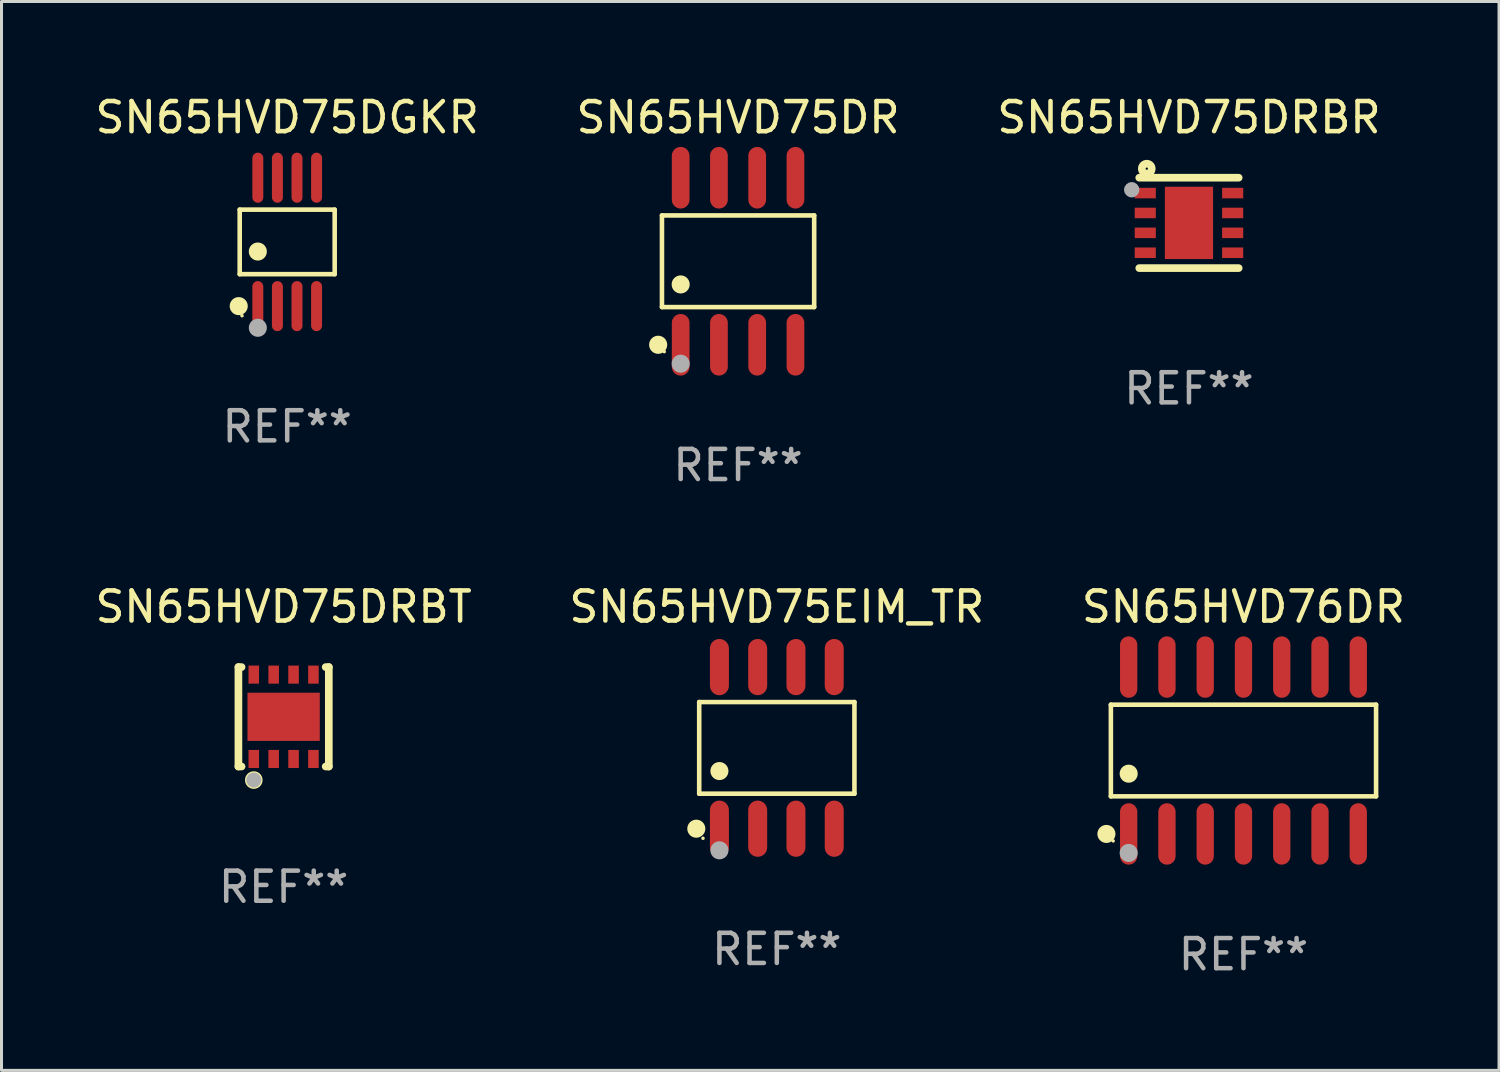
<source format=kicad_pcb>
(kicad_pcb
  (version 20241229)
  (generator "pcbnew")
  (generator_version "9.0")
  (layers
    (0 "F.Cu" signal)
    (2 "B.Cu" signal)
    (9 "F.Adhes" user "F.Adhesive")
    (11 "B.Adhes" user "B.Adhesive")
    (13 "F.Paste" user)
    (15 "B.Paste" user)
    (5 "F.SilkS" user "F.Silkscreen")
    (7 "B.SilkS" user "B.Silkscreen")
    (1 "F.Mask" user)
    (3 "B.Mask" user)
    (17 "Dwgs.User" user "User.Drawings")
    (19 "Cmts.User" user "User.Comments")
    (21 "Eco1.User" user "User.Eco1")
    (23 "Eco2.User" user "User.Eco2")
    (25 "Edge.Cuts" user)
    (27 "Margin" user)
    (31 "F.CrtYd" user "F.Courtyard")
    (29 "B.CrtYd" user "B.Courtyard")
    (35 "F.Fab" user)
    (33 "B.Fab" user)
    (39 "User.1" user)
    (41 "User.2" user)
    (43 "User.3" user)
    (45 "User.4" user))
  (footprint "SN65HVD76DR"
    (layer "F.Cu")
    (at 38.22 21.859)
    (property "Reference" "SN65HVD76DR" (at 0 -4.769 0) (layer "F.SilkS") (effects (font (size 1 1) (thickness 0.15))))
    (attr through_hole)
    (fp_line (start -4.401 -1.521) (end 4.401 -1.521) (stroke (width 0.152) (type solid)) (layer "F.SilkS"))
    (fp_line (start -4.401 1.521) (end -4.401 -1.521) (stroke (width 0.152) (type solid)) (layer "F.SilkS"))
    (fp_line (start 4.401 -1.521) (end 4.401 1.521) (stroke (width 0.152) (type solid)) (layer "F.SilkS"))
    (fp_line (start 4.401 1.521) (end -4.401 1.521) (stroke (width 0.152) (type solid)) (layer "F.SilkS"))
    (fp_circle (center -4.549 2.769) (end -4.399 2.769) (stroke (width 0.3) (type solid)) (fill no) (layer "F.SilkS"))
    (fp_circle (center -4.325 3) (end -4.295 3) (stroke (width 0.06) (type solid)) (fill no) (layer "F.SilkS"))
    (fp_circle (center -3.81 0.769) (end -3.66 0.769) (stroke (width 0.3) (type solid)) (fill no) (layer "F.SilkS"))
    (fp_circle (center -3.81 3.4) (end -3.66 3.4) (stroke (width 0.3) (type solid)) (fill no) (layer "F.Fab"))
    (fp_text user "REF**" (at 0 6.769 0) (layer "F.Fab") (effects (font (size 1 1) (thickness 0.15))))
    (pad "1" smd oval (at -3.81 2.769) (size 0.574 2.038) (layers "F.Cu" "F.Mask" "F.Paste"))
    (pad "2" smd oval (at -2.54 2.769) (size 0.574 2.038) (layers "F.Cu" "F.Mask" "F.Paste"))
    (pad "3" smd oval (at -1.27 2.769) (size 0.574 2.038) (layers "F.Cu" "F.Mask" "F.Paste"))
    (pad "4" smd oval (at 0 2.769) (size 0.574 2.038) (layers "F.Cu" "F.Mask" "F.Paste"))
    (pad "5" smd oval (at 1.27 2.769) (size 0.574 2.038) (layers "F.Cu" "F.Mask" "F.Paste"))
    (pad "6" smd oval (at 2.54 2.769) (size 0.574 2.038) (layers "F.Cu" "F.Mask" "F.Paste"))
    (pad "7" smd oval (at 3.81 2.769) (size 0.574 2.038) (layers "F.Cu" "F.Mask" "F.Paste"))
    (pad "8" smd oval (at 3.81 -2.769) (size 0.574 2.038) (layers "F.Cu" "F.Mask" "F.Paste"))
    (pad "9" smd oval (at 2.54 -2.769) (size 0.574 2.038) (layers "F.Cu" "F.Mask" "F.Paste"))
    (pad "10" smd oval (at 1.27 -2.769) (size 0.574 2.038) (layers "F.Cu" "F.Mask" "F.Paste"))
    (pad "11" smd oval (at 0 -2.769) (size 0.574 2.038) (layers "F.Cu" "F.Mask" "F.Paste"))
    (pad "12" smd oval (at -1.27 -2.769) (size 0.574 2.038) (layers "F.Cu" "F.Mask" "F.Paste"))
    (pad "13" smd oval (at -2.54 -2.769) (size 0.574 2.038) (layers "F.Cu" "F.Mask" "F.Paste"))
    (pad "14" smd oval (at -3.81 -2.769) (size 0.574 2.038) (layers "F.Cu" "F.Mask" "F.Paste")))
  (footprint "SN65HVD75DRBT"
    (layer "F.Cu")
    (at 6.363 20.74)
    (property "Reference" "SN65HVD75DRBT" (at 0 -3.65 0) (layer "F.SilkS") (effects (font (size 1 1) (thickness 0.15))))
    (attr through_hole)
    (fp_line (start -1.5 -1.65) (end -1.396 -1.65) (stroke (width 0.254) (type solid)) (layer "F.SilkS"))
    (fp_line (start -1.5 1.65) (end -1.5 -1.65) (stroke (width 0.254) (type solid)) (layer "F.SilkS"))
    (fp_line (start -1.5 1.65) (end -1.396 1.65) (stroke (width 0.254) (type solid)) (layer "F.SilkS"))
    (fp_line (start 1.396 -1.65) (end 1.5 -1.65) (stroke (width 0.254) (type solid)) (layer "F.SilkS"))
    (fp_line (start 1.396 1.65) (end 1.5 1.65) (stroke (width 0.254) (type solid)) (layer "F.SilkS"))
    (fp_line (start 1.5 1.65) (end 1.5 -1.65) (stroke (width 0.254) (type solid)) (layer "F.SilkS"))
    (fp_circle (center -1.5 1.5) (end -1.47 1.5) (stroke (width 0.06) (type solid)) (fill no) (layer "F.SilkS"))
    (fp_circle (center -0.99 2.1) (end -0.825 2.1) (stroke (width 0.254) (type solid)) (fill no) (layer "F.SilkS"))
    (fp_circle (center -0.99 2.1) (end -0.865 2.1) (stroke (width 0.25) (type solid)) (fill no) (layer "F.Fab"))
    (fp_text user "REF**" (at 0 5.65 0) (layer "F.Fab") (effects (font (size 1 1) (thickness 0.15))))
    (pad "1" smd rect (at -0.99 1.4) (size 0.35 0.6) (layers "F.Cu" "F.Mask" "F.Paste"))
    (pad "2" smd rect (at -0.33 1.4) (size 0.35 0.6) (layers "F.Cu" "F.Mask" "F.Paste"))
    (pad "3" smd rect (at 0.33 1.4) (size 0.35 0.6) (layers "F.Cu" "F.Mask" "F.Paste"))
    (pad "4" smd rect (at 0.99 1.4) (size 0.35 0.6) (layers "F.Cu" "F.Mask" "F.Paste"))
    (pad "5" smd rect (at 0.99 -1.4) (size 0.35 0.6) (layers "F.Cu" "F.Mask" "F.Paste"))
    (pad "6" smd rect (at 0.33 -1.4) (size 0.35 0.6) (layers "F.Cu" "F.Mask" "F.Paste"))
    (pad "7" smd rect (at -0.33 -1.4) (size 0.35 0.6) (layers "F.Cu" "F.Mask" "F.Paste"))
    (pad "8" smd rect (at -0.99 -1.4) (size 0.35 0.6) (layers "F.Cu" "F.Mask" "F.Paste"))
    (pad "9" smd rect (at 0.000229 0.000089) (size 2.4 1.6) (layers "F.Cu" "F.Mask" "F.Paste")))
  (footprint "SN65HVD75EIM_TR"
    (layer "F.Cu")
    (at 22.732 21.772)
    (property "Reference" "SN65HVD75EIM_TR" (at 0 -4.682 0) (layer "F.SilkS") (effects (font (size 1 1) (thickness 0.15))))
    (attr through_hole)
    (fp_line (start -2.576 -1.521) (end 2.576 -1.521) (stroke (width 0.152) (type solid)) (layer "F.SilkS"))
    (fp_line (start -2.576 1.521) (end -2.576 -1.521) (stroke (width 0.152) (type solid)) (layer "F.SilkS"))
    (fp_line (start 2.576 -1.521) (end 2.576 1.521) (stroke (width 0.152) (type solid)) (layer "F.SilkS"))
    (fp_line (start 2.576 1.521) (end -2.576 1.521) (stroke (width 0.152) (type solid)) (layer "F.SilkS"))
    (fp_circle (center -2.672 2.682) (end -2.522 2.682) (stroke (width 0.3) (type solid)) (fill no) (layer "F.SilkS"))
    (fp_circle (center -2.45 3) (end -2.42 3) (stroke (width 0.06) (type solid)) (fill no) (layer "F.SilkS"))
    (fp_circle (center -1.905 0.769) (end -1.755 0.769) (stroke (width 0.3) (type solid)) (fill no) (layer "F.SilkS"))
    (fp_circle (center -1.905 3.4) (end -1.755 3.4) (stroke (width 0.3) (type solid)) (fill no) (layer "F.Fab"))
    (fp_text user "REF**" (at 0 6.682 0) (layer "F.Fab") (effects (font (size 1 1) (thickness 0.15))))
    (pad "1" smd oval (at -1.905 2.682) (size 0.63 1.865) (layers "F.Cu" "F.Mask" "F.Paste"))
    (pad "2" smd oval (at -0.635 2.682) (size 0.63 1.865) (layers "F.Cu" "F.Mask" "F.Paste"))
    (pad "3" smd oval (at 0.635 2.682) (size 0.63 1.865) (layers "F.Cu" "F.Mask" "F.Paste"))
    (pad "4" smd oval (at 1.905 2.682) (size 0.63 1.865) (layers "F.Cu" "F.Mask" "F.Paste"))
    (pad "5" smd oval (at 1.905 -2.682) (size 0.63 1.865) (layers "F.Cu" "F.Mask" "F.Paste"))
    (pad "6" smd oval (at 0.635 -2.682) (size 0.63 1.865) (layers "F.Cu" "F.Mask" "F.Paste"))
    (pad "7" smd oval (at -0.635 -2.682) (size 0.63 1.865) (layers "F.Cu" "F.Mask" "F.Paste"))
    (pad "8" smd oval (at -1.905 -2.682) (size 0.63 1.865) (layers "F.Cu" "F.Mask" "F.Paste")))
  (footprint "SN65HVD75DRBR"
    (layer "F.Cu")
    (at 36.411 4.348)
    (property "Reference" "SN65HVD75DRBR" (at 0 -3.5 0) (layer "F.SilkS") (effects (font (size 1 1) (thickness 0.15))))
    (attr through_hole)
    (fp_line (start -1.65 -1.5) (end 1.65 -1.5) (stroke (width 0.254) (type solid)) (layer "F.SilkS"))
    (fp_line (start -1.65 1.5) (end 1.65 1.5) (stroke (width 0.254) (type solid)) (layer "F.SilkS"))
    (fp_circle (center -1.5 -1.5) (end -1.47 -1.5) (stroke (width 0.06) (type solid)) (fill no) (layer "F.SilkS"))
    (fp_circle (center -1.4 -1.8) (end -1.235 -1.8) (stroke (width 0.254) (type solid)) (fill no) (layer "F.SilkS"))
    (fp_circle (center -1.9 -1.1) (end -1.773 -1.1) (stroke (width 0.254) (type solid)) (fill no) (layer "F.Fab"))
    (fp_text user "REF**" (at 0 5.5 0) (layer "F.Fab") (effects (font (size 1 1) (thickness 0.15))))
    (pad "1" smd rect (at -1.45 -0.99 180) (size 0.7 0.35) (layers "F.Cu" "F.Mask" "F.Paste"))
    (pad "2" smd rect (at -1.45 -0.33 180) (size 0.7 0.35) (layers "F.Cu" "F.Mask" "F.Paste"))
    (pad "3" smd rect (at -1.45 0.33 180) (size 0.7 0.35) (layers "F.Cu" "F.Mask" "F.Paste"))
    (pad "4" smd rect (at -1.45 0.99 180) (size 0.7 0.35) (layers "F.Cu" "F.Mask" "F.Paste"))
    (pad "5" smd rect (at 1.45 0.99 180) (size 0.7 0.35) (layers "F.Cu" "F.Mask" "F.Paste"))
    (pad "6" smd rect (at 1.45 0.33 180) (size 0.7 0.35) (layers "F.Cu" "F.Mask" "F.Paste"))
    (pad "7" smd rect (at 1.45 -0.33 180) (size 0.7 0.35) (layers "F.Cu" "F.Mask" "F.Paste"))
    (pad "8" smd rect (at 1.45 -0.99 180) (size 0.7 0.35) (layers "F.Cu" "F.Mask" "F.Paste"))
    (pad "9" smd rect (at 0 -0.000394 90) (size 2.4 1.6) (layers "F.Cu" "F.Mask" "F.Paste")))
  (footprint "SN65HVD75DR"
    (layer "F.Cu")
    (at 21.446 5.621)
    (property "Reference" "SN65HVD75DR" (at 0 -4.772 0) (layer "F.SilkS") (effects (font (size 1 1) (thickness 0.15))))
    (attr through_hole)
    (fp_line (start -2.526 -1.521) (end 2.526 -1.521) (stroke (width 0.152) (type solid)) (layer "F.SilkS"))
    (fp_line (start -2.526 1.521) (end -2.526 -1.521) (stroke (width 0.152) (type solid)) (layer "F.SilkS"))
    (fp_line (start 2.526 -1.521) (end 2.526 1.521) (stroke (width 0.152) (type solid)) (layer "F.SilkS"))
    (fp_line (start 2.526 1.521) (end -2.526 1.521) (stroke (width 0.152) (type solid)) (layer "F.SilkS"))
    (fp_circle (center -2.652 2.772) (end -2.501 2.772) (stroke (width 0.3) (type solid)) (fill no) (layer "F.SilkS"))
    (fp_circle (center -2.45 3) (end -2.42 3) (stroke (width 0.06) (type solid)) (fill no) (layer "F.SilkS"))
    (fp_circle (center -1.905 0.769) (end -1.755 0.769) (stroke (width 0.3) (type solid)) (fill no) (layer "F.SilkS"))
    (fp_circle (center -1.905 3.4) (end -1.755 3.4) (stroke (width 0.3) (type solid)) (fill no) (layer "F.Fab"))
    (fp_text user "REF**" (at 0 6.772 0) (layer "F.Fab") (effects (font (size 1 1) (thickness 0.15))))
    (pad "1" smd oval (at -1.905 2.772) (size 0.588 2.045) (layers "F.Cu" "F.Mask" "F.Paste"))
    (pad "2" smd oval (at -0.635 2.772) (size 0.588 2.045) (layers "F.Cu" "F.Mask" "F.Paste"))
    (pad "3" smd oval (at 0.635 2.772) (size 0.588 2.045) (layers "F.Cu" "F.Mask" "F.Paste"))
    (pad "4" smd oval (at 1.905 2.772) (size 0.588 2.045) (layers "F.Cu" "F.Mask" "F.Paste"))
    (pad "5" smd oval (at 1.905 -2.772) (size 0.588 2.045) (layers "F.Cu" "F.Mask" "F.Paste"))
    (pad "6" smd oval (at 0.635 -2.772) (size 0.588 2.045) (layers "F.Cu" "F.Mask" "F.Paste"))
    (pad "7" smd oval (at -0.635 -2.772) (size 0.588 2.045) (layers "F.Cu" "F.Mask" "F.Paste"))
    (pad "8" smd oval (at -1.905 -2.772) (size 0.588 2.045) (layers "F.Cu" "F.Mask" "F.Paste")))
  (footprint "SN65HVD75DGKR"
    (layer "F.Cu")
    (at 6.482 4.979)
    (property "Reference" "SN65HVD75DGKR" (at 0 -4.131 0) (layer "F.SilkS") (effects (font (size 1 1) (thickness 0.15))))
    (attr through_hole)
    (fp_line (start -1.576 -1.071) (end 1.576 -1.071) (stroke (width 0.152) (type solid)) (layer "F.SilkS"))
    (fp_line (start -1.576 1.071) (end -1.576 -1.071) (stroke (width 0.152) (type solid)) (layer "F.SilkS"))
    (fp_line (start 1.576 -1.071) (end 1.576 1.071) (stroke (width 0.152) (type solid)) (layer "F.SilkS"))
    (fp_line (start 1.576 1.071) (end -1.576 1.071) (stroke (width 0.152) (type solid)) (layer "F.SilkS"))
    (fp_circle (center -1.609 2.131) (end -1.459 2.131) (stroke (width 0.3) (type solid)) (fill no) (layer "F.SilkS"))
    (fp_circle (center -1.5 2.45) (end -1.47 2.45) (stroke (width 0.06) (type solid)) (fill no) (layer "F.SilkS"))
    (fp_circle (center -0.975 0.319) (end -0.825 0.319) (stroke (width 0.3) (type solid)) (fill no) (layer "F.SilkS"))
    (fp_circle (center -0.975 2.85) (end -0.825 2.85) (stroke (width 0.3) (type solid)) (fill no) (layer "F.Fab"))
    (fp_text user "REF**" (at 0 6.131 0) (layer "F.Fab") (effects (font (size 1 1) (thickness 0.15))))
    (pad "1" smd oval (at -0.975 2.131) (size 0.364 1.662) (layers "F.Cu" "F.Mask" "F.Paste"))
    (pad "2" smd oval (at -0.325 2.131) (size 0.364 1.662) (layers "F.Cu" "F.Mask" "F.Paste"))
    (pad "3" smd oval (at 0.325 2.131) (size 0.364 1.662) (layers "F.Cu" "F.Mask" "F.Paste"))
    (pad "4" smd oval (at 0.975 2.131) (size 0.364 1.662) (layers "F.Cu" "F.Mask" "F.Paste"))
    (pad "5" smd oval (at 0.975 -2.131) (size 0.364 1.662) (layers "F.Cu" "F.Mask" "F.Paste"))
    (pad "6" smd oval (at 0.325 -2.131) (size 0.364 1.662) (layers "F.Cu" "F.Mask" "F.Paste"))
    (pad "7" smd oval (at -0.325 -2.131) (size 0.364 1.662) (layers "F.Cu" "F.Mask" "F.Paste"))
    (pad "8" smd oval (at -0.975 -2.131) (size 0.364 1.662) (layers "F.Cu" "F.Mask" "F.Paste")))
  (gr_rect
    (start -3 -3)
    (end 46.702 32.476)
    (stroke (width 0.1) (type default))
    (fill no)
    (layer "Edge.Cuts")))
</source>
